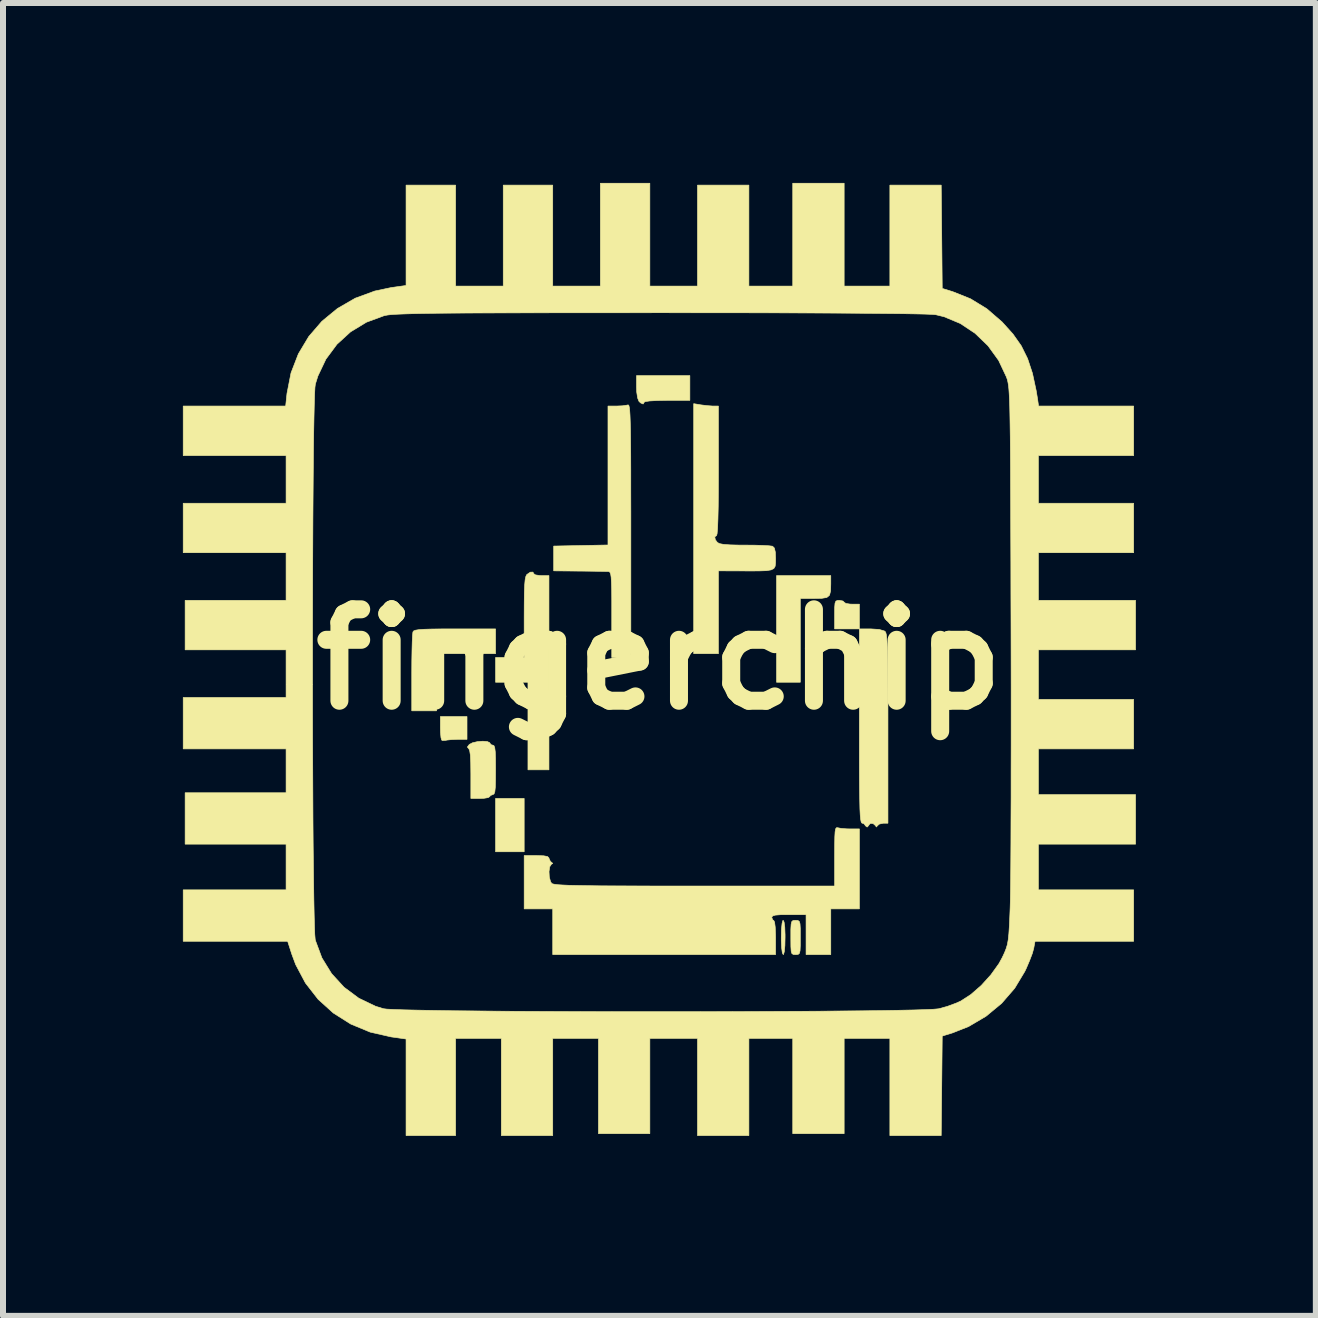
<source format=kicad_pcb>
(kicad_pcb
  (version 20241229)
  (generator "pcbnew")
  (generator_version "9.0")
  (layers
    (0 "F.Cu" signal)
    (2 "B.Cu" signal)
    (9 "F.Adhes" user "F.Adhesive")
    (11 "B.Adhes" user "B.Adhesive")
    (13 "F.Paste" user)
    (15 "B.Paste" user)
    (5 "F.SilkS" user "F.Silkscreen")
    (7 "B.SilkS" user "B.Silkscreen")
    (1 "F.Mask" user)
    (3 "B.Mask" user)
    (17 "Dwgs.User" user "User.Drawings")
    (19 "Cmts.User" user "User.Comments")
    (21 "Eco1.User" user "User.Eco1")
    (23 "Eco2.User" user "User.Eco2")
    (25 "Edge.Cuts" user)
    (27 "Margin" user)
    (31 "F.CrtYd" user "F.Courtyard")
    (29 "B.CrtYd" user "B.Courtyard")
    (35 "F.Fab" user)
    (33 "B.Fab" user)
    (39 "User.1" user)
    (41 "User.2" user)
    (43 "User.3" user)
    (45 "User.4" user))
  (footprint "fingerchip"
    (layer "F.Cu")
    (at 7.942 7.942)
    (property "Reference" "fingerchip" (at 0 0 0) (layer "F.SilkS") (effects (font (size 1.524 1.524) (thickness 0.3))))
    (attr through_hole)
    (fp_poly (pts (xy -2.254 3.207) (xy -2.731 3.207) (xy -2.731 2.318) (xy -2.254 2.318) (xy -2.254 3.207)) (stroke (width 0.01) (type solid)) (fill yes) (layer "F.SilkS"))
    (fp_poly (pts (xy 2.857 -1.257) (xy 2.854 -1.141) (xy 2.836 -1.07) (xy 2.791 -1.032) (xy 2.707 -1.018) (xy 2.584 -1.016) (xy 2.349 -1.016) (xy 2.349 0.381) (xy 1.953 0.381) (xy 1.953 -1.397) (xy 2.857 -1.397) (xy 2.857 -1.257)) (stroke (width 0.01) (type solid)) (fill yes) (layer "F.SilkS"))
    (fp_poly (pts (xy -3.207 1.333) (xy -3.363 1.333) (xy -3.464 1.337) (xy -3.541 1.345) (xy -3.563 1.35) (xy -3.616 1.353) (xy -3.629 1.345) (xy -3.641 1.304) (xy -3.649 1.219) (xy -3.651 1.138) (xy -3.651 0.953) (xy -3.207 0.953) (xy -3.207 1.333)) (stroke (width 0.01) (type solid)) (fill yes) (layer "F.SilkS"))
    (fp_poly (pts (xy 0.508 -4.318) (xy 0.127 -4.318) (xy -0.04 -4.315) (xy -0.164 -4.308) (xy -0.237 -4.297) (xy -0.254 -4.286) (xy -0.271 -4.257) (xy -0.314 -4.276) (xy -0.341 -4.302) (xy -0.363 -4.358) (xy -0.378 -4.456) (xy -0.381 -4.539) (xy -0.381 -4.731) (xy 0.508 -4.731) (xy 0.508 -4.318)) (stroke (width 0.01) (type solid)) (fill yes) (layer "F.SilkS"))
    (fp_poly (pts (xy 3.06 -0.973) (xy 3.08 -0.953) (xy 3.108 -0.933) (xy 3.178 -0.922) (xy 3.207 -0.921) (xy 3.334 -0.921) (xy 3.334 -0.508) (xy 2.921 -0.508) (xy 2.921 -0.746) (xy 2.922 -0.867) (xy 2.928 -0.938) (xy 2.943 -0.972) (xy 2.972 -0.983) (xy 3 -0.984) (xy 3.06 -0.973)) (stroke (width 0.01) (type solid)) (fill yes) (layer "F.SilkS"))
    (fp_poly (pts (xy 2.079 4.38) (xy 2.09 4.463) (xy 2.095 4.588) (xy 2.095 4.636) (xy 2.092 4.772) (xy 2.083 4.87) (xy 2.069 4.918) (xy 2.064 4.921) (xy 2.049 4.891) (xy 2.038 4.808) (xy 2.032 4.683) (xy 2.032 4.636) (xy 2.035 4.499) (xy 2.045 4.401) (xy 2.058 4.353) (xy 2.064 4.35) (xy 2.079 4.38)) (stroke (width 0.01) (type solid)) (fill yes) (layer "F.SilkS"))
    (fp_poly (pts (xy -2.731 -0.095) (xy -3.715 -0.095) (xy -3.715 0.857) (xy -4.128 0.857) (xy -4.128 0.225) (xy -4.127 0.028) (xy -4.124 -0.149) (xy -4.12 -0.295) (xy -4.115 -0.401) (xy -4.109 -0.455) (xy -4.108 -0.458) (xy -4.095 -0.475) (xy -4.064 -0.487) (xy -4.008 -0.496) (xy -3.919 -0.502) (xy -3.789 -0.506) (xy -3.609 -0.508) (xy -3.41 -0.508) (xy -2.731 -0.508) (xy -2.731 -0.095)) (stroke (width 0.01) (type solid)) (fill yes) (layer "F.SilkS"))
    (fp_poly (pts (xy -2.095 -1.429) (xy -2.067 -1.409) (xy -1.997 -1.398) (xy -1.968 -1.397) (xy -1.841 -1.397) (xy -1.841 1.841) (xy -2.191 1.841) (xy -2.191 0.381) (xy -2.731 0.381) (xy -2.731 -0.032) (xy -2.254 -0.032) (xy -2.254 -0.701) (xy -2.253 -0.934) (xy -2.251 -1.11) (xy -2.246 -1.239) (xy -2.238 -1.327) (xy -2.226 -1.383) (xy -2.211 -1.413) (xy -2.209 -1.415) (xy -2.152 -1.454) (xy -2.108 -1.455) (xy -2.095 -1.429)) (stroke (width 0.01) (type solid)) (fill yes) (layer "F.SilkS"))
    (fp_poly (pts (xy 2.308 4.352) (xy 2.331 4.367) (xy 2.344 4.407) (xy 2.349 4.484) (xy 2.349 4.61) (xy 2.349 4.636) (xy 2.349 4.771) (xy 2.345 4.855) (xy 2.334 4.9) (xy 2.312 4.918) (xy 2.277 4.921) (xy 2.27 4.921) (xy 2.233 4.919) (xy 2.209 4.904) (xy 2.197 4.864) (xy 2.192 4.787) (xy 2.191 4.661) (xy 2.191 4.636) (xy 2.191 4.5) (xy 2.196 4.416) (xy 2.207 4.371) (xy 2.228 4.353) (xy 2.263 4.35) (xy 2.27 4.35) (xy 2.308 4.352)) (stroke (width 0.01) (type solid)) (fill yes) (layer "F.SilkS"))
    (fp_poly (pts (xy -2.868 1.37) (xy -2.828 1.389) (xy -2.826 1.397) (xy -2.8 1.425) (xy -2.778 1.429) (xy -2.758 1.438) (xy -2.745 1.472) (xy -2.736 1.54) (xy -2.732 1.651) (xy -2.731 1.815) (xy -2.731 1.841) (xy -2.732 2.013) (xy -2.735 2.131) (xy -2.743 2.204) (xy -2.756 2.242) (xy -2.775 2.254) (xy -2.778 2.254) (xy -2.82 2.271) (xy -2.826 2.286) (xy -2.854 2.304) (xy -2.927 2.316) (xy -2.985 2.318) (xy -3.143 2.318) (xy -3.143 1.908) (xy -3.145 1.723) (xy -3.151 1.596) (xy -3.163 1.519) (xy -3.179 1.486) (xy -3.183 1.484) (xy -3.201 1.461) (xy -3.169 1.418) (xy -3.115 1.39) (xy -3.033 1.371) (xy -2.944 1.364) (xy -2.868 1.37)) (stroke (width 0.01) (type solid)) (fill yes) (layer "F.SilkS"))
    (fp_poly (pts (xy -0.516 -4.241) (xy -0.508 -4.229) (xy -0.501 -4.199) (xy -0.495 -4.148) (xy -0.49 -4.072) (xy -0.486 -3.967) (xy -0.482 -3.827) (xy -0.48 -3.648) (xy -0.478 -3.427) (xy -0.477 -3.159) (xy -0.477 -2.839) (xy -0.476 -2.463) (xy -0.476 -2.147) (xy -0.476 -0.032) (xy -0.794 -0.032) (xy -0.794 -0.746) (xy -0.794 -0.978) (xy -0.795 -1.153) (xy -0.799 -1.281) (xy -0.804 -1.368) (xy -0.812 -1.422) (xy -0.824 -1.451) (xy -0.839 -1.463) (xy -0.849 -1.465) (xy -0.901 -1.466) (xy -1.002 -1.468) (xy -1.139 -1.47) (xy -1.299 -1.472) (xy -1.333 -1.472) (xy -1.762 -1.476) (xy -1.762 -1.889) (xy -1.31 -1.898) (xy -0.857 -1.907) (xy -0.857 -4.223) (xy -0.717 -4.223) (xy -0.619 -4.227) (xy -0.542 -4.238) (xy -0.526 -4.242) (xy -0.516 -4.241)) (stroke (width 0.01) (type solid)) (fill yes) (layer "F.SilkS"))
    (fp_poly (pts (xy 0.691 -4.243) (xy 0.796 -4.23) (xy 0.891 -4.223) (xy 0.897 -4.223) (xy 0.984 -4.223) (xy 0.984 -3.143) (xy 0.983 -2.821) (xy 0.981 -2.553) (xy 0.976 -2.342) (xy 0.97 -2.188) (xy 0.962 -2.095) (xy 0.953 -2.064) (xy 0.953 -2.064) (xy 0.923 -2.043) (xy 0.933 -1.994) (xy 0.966 -1.95) (xy 1.002 -1.93) (xy 1.07 -1.917) (xy 1.179 -1.909) (xy 1.338 -1.905) (xy 1.424 -1.905) (xy 1.583 -1.904) (xy 1.722 -1.9) (xy 1.827 -1.894) (xy 1.883 -1.887) (xy 1.887 -1.886) (xy 1.917 -1.856) (xy 1.933 -1.787) (xy 1.937 -1.683) (xy 1.936 -1.608) (xy 1.93 -1.553) (xy 1.908 -1.515) (xy 1.862 -1.492) (xy 1.784 -1.479) (xy 1.665 -1.475) (xy 1.496 -1.474) (xy 1.373 -1.475) (xy 0.984 -1.476) (xy 0.984 -0.786) (xy 0.984 -0.095) (xy 0.572 -0.095) (xy 0.572 -4.263) (xy 0.691 -4.243)) (stroke (width 0.01) (type solid)) (fill yes) (layer "F.SilkS"))
    (fp_poly (pts (xy 3.665 -0.499) (xy 3.75 -0.474) (xy 3.765 -0.463) (xy 3.775 -0.444) (xy 3.784 -0.407) (xy 3.791 -0.346) (xy 3.797 -0.258) (xy 3.802 -0.136) (xy 3.805 0.025) (xy 3.807 0.228) (xy 3.809 0.48) (xy 3.81 0.786) (xy 3.81 1.149) (xy 3.81 1.157) (xy 3.81 2.731) (xy 3.733 2.731) (xy 3.667 2.745) (xy 3.638 2.77) (xy 3.617 2.794) (xy 3.601 2.77) (xy 3.564 2.738) (xy 3.518 2.733) (xy 3.493 2.759) (xy 3.493 2.762) (xy 3.468 2.793) (xy 3.461 2.794) (xy 3.43 2.77) (xy 3.429 2.762) (xy 3.403 2.734) (xy 3.381 2.731) (xy 3.371 2.724) (xy 3.362 2.703) (xy 3.354 2.661) (xy 3.348 2.594) (xy 3.343 2.496) (xy 3.34 2.364) (xy 3.337 2.191) (xy 3.335 1.973) (xy 3.334 1.705) (xy 3.334 1.382) (xy 3.334 1.111) (xy 3.334 -0.508) (xy 3.527 -0.508) (xy 3.665 -0.499)) (stroke (width 0.01) (type solid)) (fill yes) (layer "F.SilkS"))
    (fp_poly (pts (xy 2.971 2.806) (xy 2.971 2.806) (xy 3.032 2.818) (xy 3.127 2.825) (xy 3.178 2.826) (xy 3.334 2.826) (xy 3.334 4.159) (xy 2.857 4.159) (xy 2.857 4.921) (xy 2.445 4.921) (xy 2.445 4.255) (xy 2.159 4.255) (xy 2.02 4.256) (xy 1.933 4.263) (xy 1.888 4.277) (xy 1.873 4.299) (xy 1.873 4.302) (xy 1.89 4.344) (xy 1.905 4.35) (xy 1.92 4.38) (xy 1.931 4.463) (xy 1.936 4.588) (xy 1.937 4.636) (xy 1.937 4.921) (xy -1.778 4.921) (xy -1.778 4.159) (xy -2.254 4.159) (xy -2.254 3.27) (xy -2.048 3.27) (xy -1.93 3.274) (xy -1.865 3.286) (xy -1.842 3.309) (xy -1.841 3.315) (xy -1.817 3.368) (xy -1.802 3.379) (xy -1.778 3.4) (xy -1.802 3.416) (xy -1.829 3.459) (xy -1.84 3.538) (xy -1.835 3.629) (xy -1.814 3.706) (xy -1.796 3.733) (xy -1.78 3.742) (xy -1.747 3.749) (xy -1.693 3.756) (xy -1.614 3.761) (xy -1.506 3.766) (xy -1.365 3.769) (xy -1.187 3.772) (xy -0.967 3.775) (xy -0.702 3.776) (xy -0.387 3.777) (xy -0.018 3.778) (xy 0.408 3.778) (xy 0.585 3.778) (xy 2.921 3.778) (xy 2.921 3.283) (xy 2.922 3.095) (xy 2.924 2.961) (xy 2.929 2.875) (xy 2.938 2.825) (xy 2.952 2.806) (xy 2.971 2.806)) (stroke (width 0.01) (type solid)) (fill yes) (layer "F.SilkS"))
    (fp_poly (pts (xy -0.159 -6.223) (xy 0.635 -6.223) (xy 0.635 -7.906) (xy 1.492 -7.906) (xy 1.492 -6.223) (xy 2.223 -6.223) (xy 2.223 -7.938) (xy 3.08 -7.938) (xy 3.08 -6.223) (xy 3.842 -6.223) (xy 3.842 -7.906) (xy 4.698 -7.906) (xy 4.715 -6.184) (xy 4.89 -6.13) (xy 5.187 -6.011) (xy 5.457 -5.846) (xy 5.713 -5.625) (xy 5.72 -5.617) (xy 5.894 -5.424) (xy 6.032 -5.228) (xy 6.138 -5.014) (xy 6.219 -4.769) (xy 6.281 -4.481) (xy 6.304 -4.342) (xy 6.321 -4.223) (xy 7.906 -4.223) (xy 7.906 -3.397) (xy 6.318 -3.397) (xy 6.318 -2.603) (xy 7.906 -2.603) (xy 7.906 -1.778) (xy 6.318 -1.778) (xy 6.318 -0.984) (xy 7.938 -0.984) (xy 7.938 -0.159) (xy 6.318 -0.159) (xy 6.318 0.667) (xy 7.906 0.667) (xy 7.906 1.492) (xy 6.318 1.492) (xy 6.318 2.254) (xy 7.938 2.254) (xy 7.938 3.08) (xy 6.318 3.08) (xy 6.318 3.842) (xy 7.906 3.842) (xy 7.906 4.699) (xy 6.262 4.699) (xy 6.24 4.818) (xy 6.217 4.901) (xy 6.172 5.019) (xy 6.115 5.153) (xy 6.091 5.203) (xy 5.923 5.482) (xy 5.705 5.734) (xy 5.445 5.949) (xy 5.155 6.12) (xy 4.89 6.225) (xy 4.715 6.279) (xy 4.698 7.938) (xy 3.842 7.938) (xy 3.842 6.318) (xy 3.08 6.318) (xy 3.08 7.906) (xy 2.223 7.906) (xy 2.223 6.318) (xy 1.492 6.318) (xy 1.492 7.938) (xy 0.635 7.938) (xy 0.635 6.318) (xy -0.159 6.318) (xy -0.159 7.906) (xy -1.016 7.906) (xy -1.016 6.318) (xy -1.778 6.318) (xy -1.778 7.938) (xy -2.635 7.938) (xy -2.635 6.318) (xy -3.397 6.318) (xy -3.397 7.938) (xy -4.223 7.938) (xy -4.223 6.328) (xy -4.472 6.293) (xy -4.822 6.213) (xy -5.145 6.079) (xy -5.436 5.895) (xy -5.689 5.666) (xy -5.9 5.395) (xy -6.063 5.088) (xy -6.128 4.913) (xy -6.197 4.699) (xy -7.938 4.699) (xy -7.938 3.842) (xy -6.223 3.842) (xy -6.223 3.08) (xy -7.906 3.08) (xy -7.906 2.223) (xy -6.223 2.223) (xy -6.223 1.492) (xy -7.938 1.492) (xy -7.938 0.635) (xy -6.223 0.635) (xy -6.223 -0.06) (xy -5.782 -0.06) (xy -5.782 0.416) (xy -5.782 0.888) (xy -5.781 1.353) (xy -5.779 1.805) (xy -5.777 2.241) (xy -5.775 2.655) (xy -5.772 3.043) (xy -5.768 3.401) (xy -5.764 3.725) (xy -5.76 4.009) (xy -5.755 4.25) (xy -5.75 4.442) (xy -5.745 4.582) (xy -5.738 4.665) (xy -5.735 4.683) (xy -5.626 4.976) (xy -5.464 5.239) (xy -5.257 5.465) (xy -5.011 5.648) (xy -4.732 5.782) (xy -4.6 5.823) (xy -4.543 5.83) (xy -4.426 5.836) (xy -4.255 5.842) (xy -4.034 5.847) (xy -3.767 5.852) (xy -3.459 5.857) (xy -3.114 5.86) (xy -2.738 5.864) (xy -2.333 5.867) (xy -1.906 5.869) (xy -1.46 5.871) (xy -0.999 5.872) (xy -0.529 5.873) (xy -0.053 5.873) (xy 0.423 5.873) (xy 0.896 5.872) (xy 1.36 5.871) (xy 1.812 5.869) (xy 2.246 5.867) (xy 2.659 5.865) (xy 3.046 5.861) (xy 3.403 5.858) (xy 3.724 5.854) (xy 4.006 5.849) (xy 4.244 5.844) (xy 4.433 5.838) (xy 4.57 5.832) (xy 4.649 5.825) (xy 4.66 5.823) (xy 4.801 5.784) (xy 4.947 5.73) (xy 5.025 5.695) (xy 5.193 5.586) (xy 5.366 5.435) (xy 5.526 5.258) (xy 5.659 5.073) (xy 5.716 4.969) (xy 5.753 4.89) (xy 5.78 4.822) (xy 5.801 4.753) (xy 5.815 4.673) (xy 5.826 4.568) (xy 5.835 4.429) (xy 5.843 4.242) (xy 5.847 4.143) (xy 5.85 4.035) (xy 5.853 3.868) (xy 5.856 3.646) (xy 5.858 3.375) (xy 5.86 3.058) (xy 5.861 2.701) (xy 5.863 2.307) (xy 5.863 1.882) (xy 5.864 1.43) (xy 5.864 0.956) (xy 5.864 0.463) (xy 5.863 -0.043) (xy 5.862 -0.492) (xy 5.86 -1.081) (xy 5.859 -1.609) (xy 5.857 -2.081) (xy 5.856 -2.5) (xy 5.854 -2.869) (xy 5.853 -3.191) (xy 5.851 -3.47) (xy 5.849 -3.709) (xy 5.846 -3.913) (xy 5.843 -4.083) (xy 5.84 -4.224) (xy 5.836 -4.339) (xy 5.831 -4.431) (xy 5.826 -4.504) (xy 5.82 -4.561) (xy 5.813 -4.606) (xy 5.806 -4.641) (xy 5.798 -4.671) (xy 5.788 -4.699) (xy 5.784 -4.71) (xy 5.655 -4.984) (xy 5.478 -5.228) (xy 5.262 -5.436) (xy 5.015 -5.6) (xy 4.746 -5.712) (xy 4.607 -5.746) (xy 4.548 -5.751) (xy 4.425 -5.756) (xy 4.241 -5.76) (xy 3.996 -5.764) (xy 3.69 -5.767) (xy 3.325 -5.77) (xy 2.902 -5.773) (xy 2.42 -5.775) (xy 1.882 -5.777) (xy 1.287 -5.778) (xy 0.638 -5.778) (xy 0.018 -5.779) (xy -0.608 -5.778) (xy -1.175 -5.778) (xy -1.684 -5.778) (xy -2.139 -5.777) (xy -2.543 -5.776) (xy -2.899 -5.775) (xy -3.211 -5.774) (xy -3.481 -5.772) (xy -3.713 -5.77) (xy -3.91 -5.767) (xy -4.074 -5.764) (xy -4.21 -5.76) (xy -4.321 -5.756) (xy -4.408 -5.752) (xy -4.477 -5.747) (xy -4.529 -5.741) (xy -4.567 -5.734) (xy -4.587 -5.73) (xy -4.883 -5.621) (xy -5.148 -5.46) (xy -5.375 -5.253) (xy -5.559 -5.005) (xy -5.693 -4.723) (xy -5.735 -4.588) (xy -5.742 -4.532) (xy -5.748 -4.417) (xy -5.753 -4.248) (xy -5.758 -4.029) (xy -5.763 -3.764) (xy -5.767 -3.457) (xy -5.77 -3.114) (xy -5.773 -2.739) (xy -5.776 -2.336) (xy -5.778 -1.91) (xy -5.78 -1.465) (xy -5.781 -1.005) (xy -5.782 -0.535) (xy -5.782 -0.06) (xy -6.223 -0.06) (xy -6.223 -0.159) (xy -7.906 -0.159) (xy -7.906 -0.984) (xy -6.223 -0.984) (xy -6.223 -1.778) (xy -7.938 -1.778) (xy -7.938 -2.603) (xy -6.223 -2.603) (xy -6.223 -3.397) (xy -7.938 -3.397) (xy -7.938 -4.223) (xy -6.23 -4.223) (xy -6.208 -4.433) (xy -6.141 -4.775) (xy -6.018 -5.093) (xy -5.845 -5.382) (xy -5.626 -5.636) (xy -5.366 -5.85) (xy -5.07 -6.021) (xy -4.743 -6.141) (xy -4.472 -6.198) (xy -4.223 -6.233) (xy -4.223 -7.906) (xy -3.397 -7.906) (xy -3.397 -6.223) (xy -2.603 -6.223) (xy -2.603 -7.906) (xy -1.778 -7.906) (xy -1.778 -6.223) (xy -0.984 -6.223) (xy -0.984 -7.938) (xy -0.159 -7.938) (xy -0.159 -6.223)) (stroke (width 0.01) (type solid)) (fill yes) (layer "F.SilkS")))
  (gr_rect
    (start -3 -3)
    (end 18.885 18.885)
    (stroke (width 0.1) (type default))
    (fill no)
    (layer "Edge.Cuts")))
</source>
